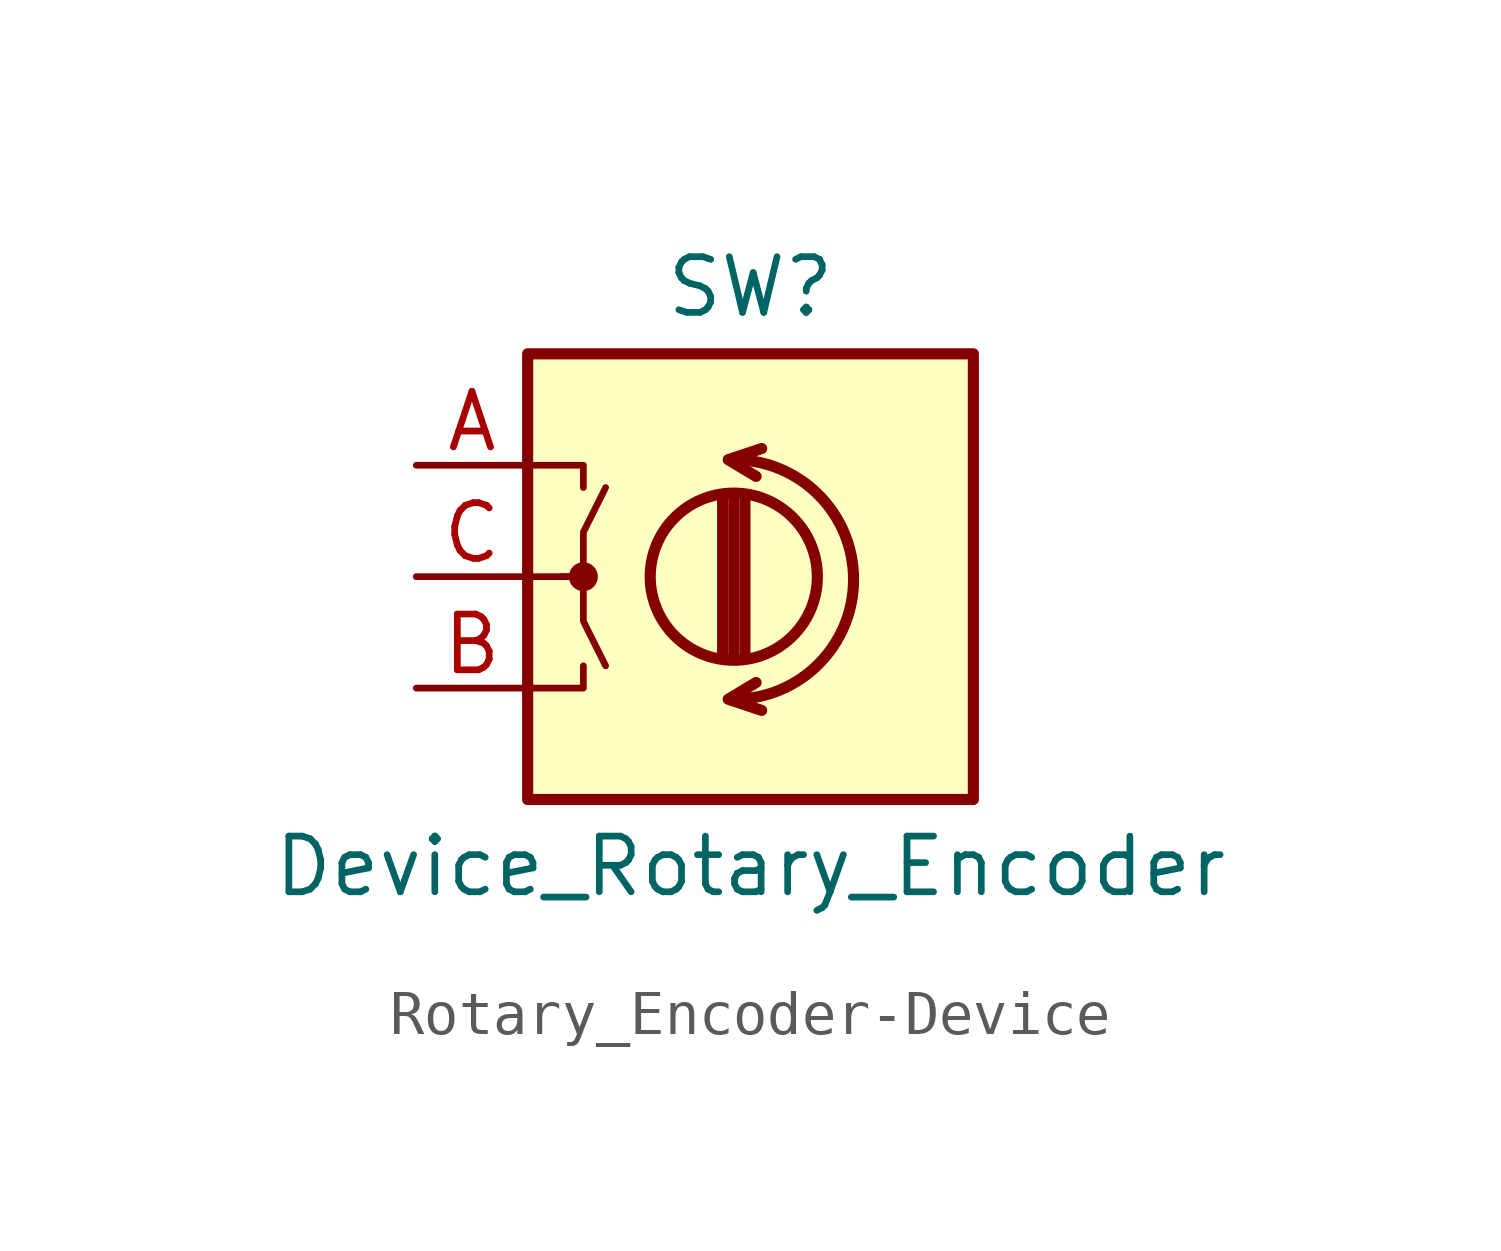
<source format=kicad_sym>
(kicad_symbol_lib
  (version 20231120)
  (generator "kicad_symbol_editor")
  (generator_version "8.0")
  (symbol "Rotary_Encoder-Device"
    (pin_names
      (offset 0.254) hide)
    (property "Reference" "SW"
      (at 0 6.604 0)
      (effects (font (size 1.27 1.27))))
    (property "Value" "Device_Rotary_Encoder"
      (at 0 -6.604 0)
      (effects (font (size 1.27 1.27))))
    (symbol "Rotary_Encoder-Device_0_1"
      (rectangle (start -5.08 5.08) (end 5.08 -5.08) (stroke (width 0.254) (type solid)) (fill (type background)))
      (circle (center -3.81 0) (radius 0.254) (stroke (width 0) (type solid)) (fill (type outline)))
      (arc (start -0.381 -2.794) (mid 2.3622 -0.0508) (end -0.381 2.667) (stroke (width 0.254) (type solid)) (fill (type none)))
      (circle (center -0.381 0) (radius 1.905) (stroke (width 0.254) (type solid)) (fill (type none)))
      (polyline (pts (xy -0.635 -1.778) (xy -0.635 1.778)) (stroke (width 0.254) (type solid)) (fill (type none)))
      (polyline (pts (xy -0.381 -1.778) (xy -0.381 1.778)) (stroke (width 0.254) (type solid)) (fill (type none)))
      (polyline (pts (xy -0.127 1.778) (xy -0.127 -1.778)) (stroke (width 0.254) (type solid)) (fill (type none)))
      (polyline (pts (xy -5.08 -2.54) (xy -3.81 -2.54) (xy -3.81 -2.032)) (stroke (width 0) (type solid)) (fill (type none)))
      (polyline (pts (xy -5.08 2.54) (xy -3.81 2.54) (xy -3.81 2.032)) (stroke (width 0) (type solid)) (fill (type none)))
      (polyline (pts (xy 0.254 -3.048) (xy -0.508 -2.794) (xy 0.127 -2.413)) (stroke (width 0.254) (type solid)) (fill (type none)))
      (polyline (pts (xy 0.254 2.921) (xy -0.508 2.667) (xy 0.127 2.286)) (stroke (width 0.254) (type solid)) (fill (type none)))
      (polyline (pts (xy -5.08 0) (xy -3.81 0) (xy -3.81 -1.016) (xy -3.302 -2.032)) (stroke (width 0) (type solid)) (fill (type none)))
      (polyline (pts (xy -4.318 0) (xy -3.81 0) (xy -3.81 1.016) (xy -3.302 2.032)) (stroke (width 0) (type solid)) (fill (type none))))
    (symbol "Rotary_Encoder-Device_1_1"
      (pin passive line (at -7.62 2.54 0) (length 2.54) (name "A" (effects (font (size 1.27 1.27)))) (number "A" (effects (font (size 1.27 1.27)))))
      (pin passive line (at -7.62 -2.54 0) (length 2.54) (name "B" (effects (font (size 1.27 1.27)))) (number "B" (effects (font (size 1.27 1.27)))))
      (pin passive line (at -7.62 0 0) (length 2.54) (name "C" (effects (font (size 1.27 1.27)))) (number "C" (effects (font (size 1.27 1.27))))))))
</source>
